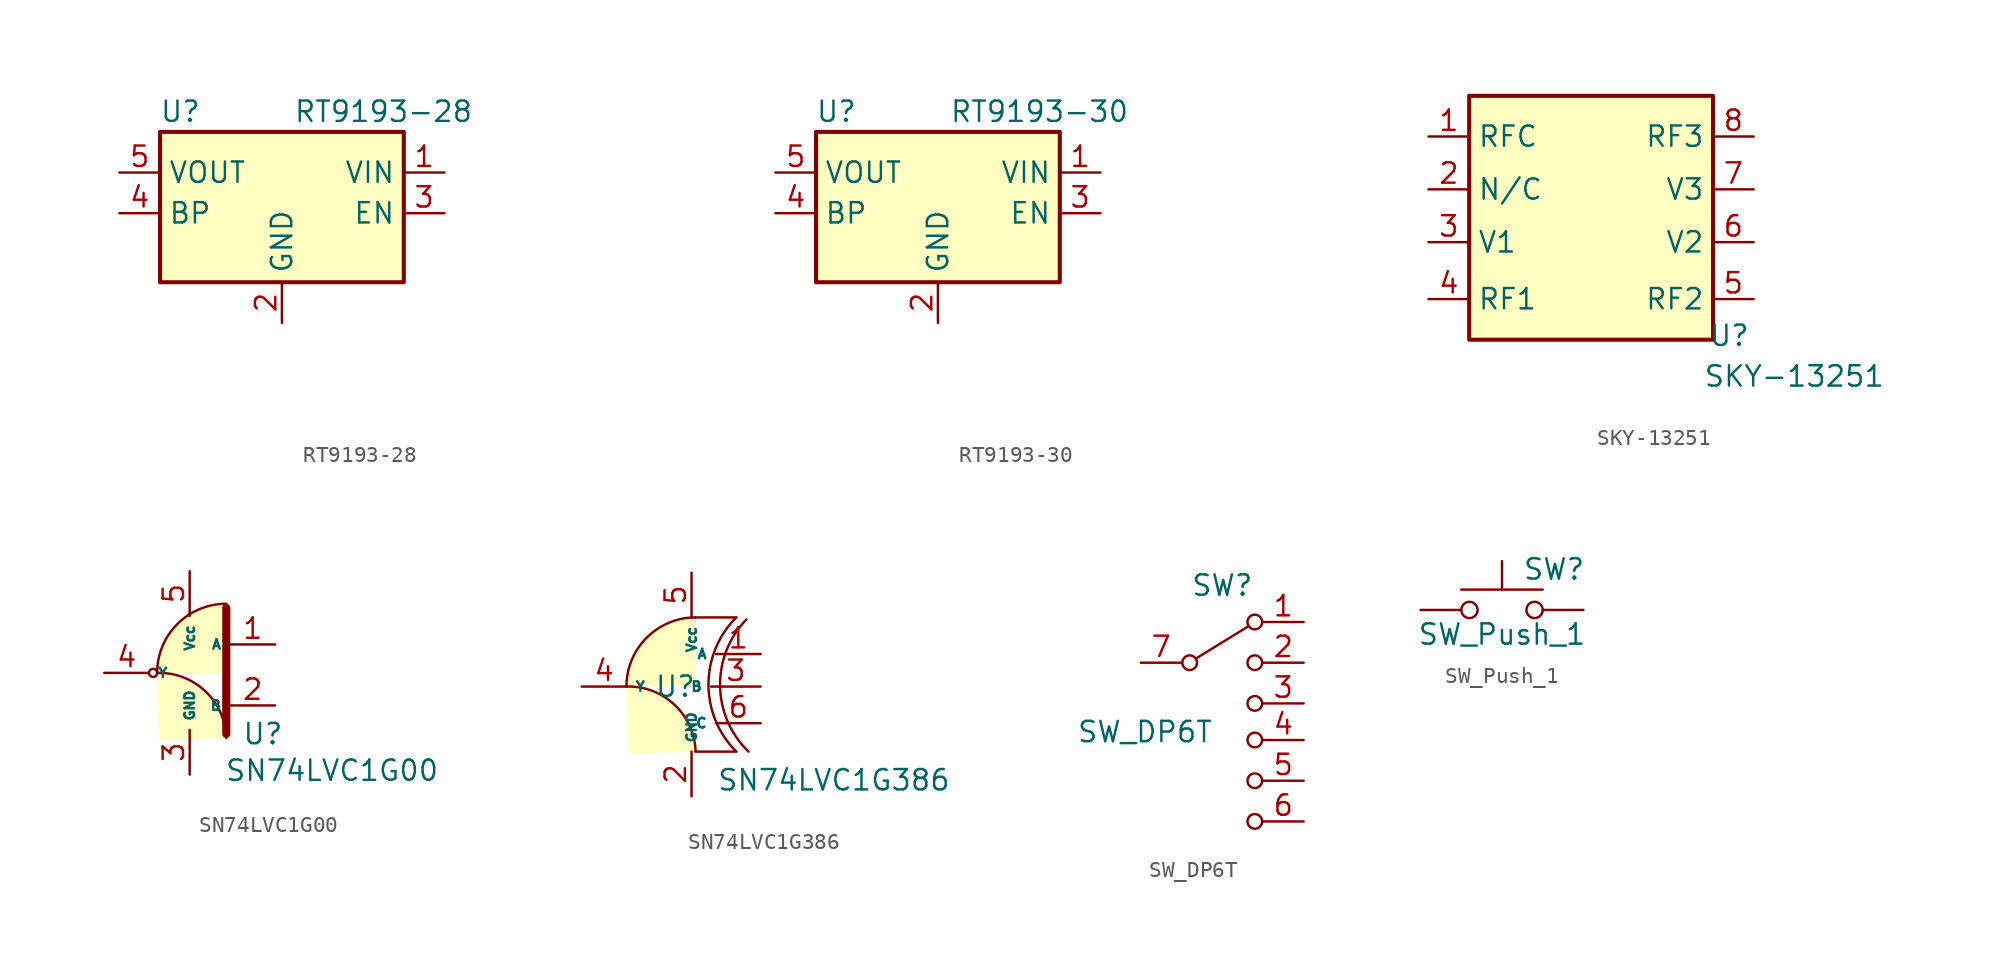
<source format=kicad_sym>
(kicad_symbol_lib
  (version 20211014)
  (generator kicad_symbol_editor)
  (symbol "RT9193-28"
    (property "Reference" "U"
      (at -6.35 6.35 0)
      (effects (font (size 1.27 1.27))))
    (property "Value" "RT9193-28"
      (at 6.35 6.35 0)
      (effects (font (size 1.27 1.27))))
    (property "Footprint" ""
      (at 20.066 -11.938 0)
      (effects (font (size 1.27 1.27))))
    (symbol "RT9193-28_1_1"
      (rectangle (start -7.62 5.08) (end 7.62 -4.318) (stroke (width 0.254) (type default) (color 0 0 0 0)) (fill (type background)))
      (pin power_in line (at 10.16 2.54 180) (length 2.54) (name "VIN" (effects (font (size 1.27 1.27)))) (number "1" (effects (font (size 1.27 1.27)))))
      (pin power_in line (at 0 -6.858 90) (length 2.54) (name "GND" (effects (font (size 1.27 1.27)))) (number "2" (effects (font (size 1.27 1.27)))))
      (pin passive line (at 10.16 0 180) (length 2.54) (name "EN" (effects (font (size 1.27 1.27)))) (number "3" (effects (font (size 1.27 1.27)))))
      (pin passive line (at -10.16 0 0) (length 2.54) (name "BP" (effects (font (size 1.27 1.27)))) (number "4" (effects (font (size 1.27 1.27)))))
      (pin power_out line (at -10.16 2.54 0) (length 2.54) (name "VOUT" (effects (font (size 1.27 1.27)))) (number "5" (effects (font (size 1.27 1.27)))))))
  (symbol "RT9193-30"
    (property "Reference" "U"
      (at -6.35 6.35 0)
      (effects (font (size 1.27 1.27))))
    (property "Value" "RT9193-30"
      (at 6.35 6.35 0)
      (effects (font (size 1.27 1.27))))
    (property "Footprint" ""
      (at 20.066 -11.938 0)
      (effects (font (size 1.27 1.27))))
    (symbol "RT9193-30_1_1"
      (rectangle (start -7.62 5.08) (end 7.62 -4.318) (stroke (width 0.254) (type default) (color 0 0 0 0)) (fill (type background)))
      (pin power_in line (at 10.16 2.54 180) (length 2.54) (name "VIN" (effects (font (size 1.27 1.27)))) (number "1" (effects (font (size 1.27 1.27)))))
      (pin power_in line (at 0 -6.858 90) (length 2.54) (name "GND" (effects (font (size 1.27 1.27)))) (number "2" (effects (font (size 1.27 1.27)))))
      (pin passive line (at 10.16 0 180) (length 2.54) (name "EN" (effects (font (size 1.27 1.27)))) (number "3" (effects (font (size 1.27 1.27)))))
      (pin passive line (at -10.16 0 0) (length 2.54) (name "BP" (effects (font (size 1.27 1.27)))) (number "4" (effects (font (size 1.27 1.27)))))
      (pin power_out line (at -10.16 2.54 0) (length 2.54) (name "VOUT" (effects (font (size 1.27 1.27)))) (number "5" (effects (font (size 1.27 1.27)))))))
  (symbol "SKY-13251"
    (property "Reference" "U"
      (at 8.89 -7.62 0)
      (effects (font (size 1.27 1.27))))
    (property "Value" "SKY-13251"
      (at 12.954 -10.16 0)
      (effects (font (size 1.27 1.27))))
    (symbol "SKY-13251_0_1"
      (rectangle (start -7.366 7.366) (end 7.874 -7.874) (stroke (width 0.254) (type default) (color 0 0 0 0)) (fill (type background))))
    (symbol "SKY-13251_1_1"
      (pin passive line (at -9.906 4.826 0) (length 2.54) (name "RFC" (effects (font (size 1.27 1.27)))) (number "1" (effects (font (size 1.27 1.27)))))
      (pin passive line (at -9.906 1.524 0) (length 2.54) (name "N/C" (effects (font (size 1.27 1.27)))) (number "2" (effects (font (size 1.27 1.27)))))
      (pin passive line (at -9.906 -1.778 0) (length 2.54) (name "V1" (effects (font (size 1.27 1.27)))) (number "3" (effects (font (size 1.27 1.27)))))
      (pin passive line (at -9.906 -5.334 0) (length 2.54) (name "RF1" (effects (font (size 1.27 1.27)))) (number "4" (effects (font (size 1.27 1.27)))))
      (pin passive line (at 10.414 -5.334 180) (length 2.54) (name "RF2" (effects (font (size 1.27 1.27)))) (number "5" (effects (font (size 1.27 1.27)))))
      (pin passive line (at 10.414 -1.778 180) (length 2.54) (name "V2" (effects (font (size 1.27 1.27)))) (number "6" (effects (font (size 1.27 1.27)))))
      (pin passive line (at 10.414 1.524 180) (length 2.54) (name "V3" (effects (font (size 1.27 1.27)))) (number "7" (effects (font (size 1.27 1.27)))))
      (pin passive line (at 10.414 4.826 180) (length 2.54) (name "RF3" (effects (font (size 1.27 1.27)))) (number "8" (effects (font (size 1.27 1.27)))))))
  (symbol "SN74LVC1G00"
    (property "Reference" "U"
      (at 3.556 -3.81 0)
      (effects (font (size 1.27 1.27))))
    (property "Value" "SN74LVC1G00"
      (at 7.874 -6.096 0)
      (effects (font (size 1.27 1.27))))
    (symbol "SN74LVC1G00_0_1"
      (circle (center -3.302 0) (radius 0.254) (stroke (width 0) (type default) (color 0 0 0 0)) (fill (type none)))
      (polyline (pts (xy 1.27 -3.81) (xy 1.27 -1.778) (xy 1.27 4.064)) (stroke (width 0.508) (type default) (color 0 0 0 0)) (fill (type none)))
      (arc (start 1.27 -4.064) (mid 4.0167 3.1803) (end -3.048 0) (stroke (width 0) (type default) (color 0 0 0 0)) (fill (type background)))
      (arc (start 1.27 4.318) (mid -1.7833 3.0533) (end -3.048 0) (stroke (width 0) (type default) (color 0 0 0 0)) (fill (type background))))
    (symbol "SN74LVC1G00_1_1"
      (pin input line (at 4.318 1.778 180) (length 2.794) (name "A" (effects (font (size 0.6 0.6)))) (number "1" (effects (font (size 1.27 1.27)))))
      (pin input line (at 4.318 -2.032 180) (length 2.794) (name "B" (effects (font (size 0.6 0.6)))) (number "2" (effects (font (size 1.27 1.27)))))
      (pin power_in line (at -1.016 -6.35 90) (length 2.794) (name "GND" (effects (font (size 0.6 0.6)))) (number "3" (effects (font (size 1.27 1.27)))))
      (pin output line (at -6.35 0 0) (length 2.794) (name "Y" (effects (font (size 0.6 0.6)))) (number "4" (effects (font (size 1.27 1.27)))))
      (pin passive line (at -1.016 6.35 270) (length 2.794) (name "Vcc" (effects (font (size 0.6 0.6)))) (number "5" (effects (font (size 1.27 1.27)))))))
  (symbol "SN74LVC1G386"
    (property "Reference" "U"
      (at -2.54 0 0)
      (effects (font (size 1.27 1.27))))
    (property "Value" "SN74LVC1G386"
      (at 7.366 -5.842 0)
      (effects (font (size 1.27 1.27))))
    (symbol "SN74LVC1G386_0_1"
      (arc (start -1.27 -4.064) (mid 1.4767 3.1803) (end -5.588 0) (stroke (width 0) (type default) (color 0 0 0 0)) (fill (type background)))
      (arc (start -1.27 4.318) (mid -4.3233 3.0533) (end -5.588 0) (stroke (width 0) (type default) (color 0 0 0 0)) (fill (type background)))
      (polyline (pts (xy -1.27 -4.064) (xy 1.27 -4.064)) (stroke (width 0) (type default) (color 0 0 0 0)) (fill (type background)))
      (polyline (pts (xy -1.27 4.318) (xy 1.27 4.318)) (stroke (width 0) (type default) (color 0 0 0 0)) (fill (type background)))
      (arc (start 1.27 4.318) (mid -0.466 0.127) (end 1.27 -4.064) (stroke (width 0) (type default) (color 0 0 0 0)) (fill (type none)))
      (arc (start 1.9051 4.191) (mid 0.259 0.0372) (end 2.032 -4.064) (stroke (width 0) (type default) (color 0 0 0 0)) (fill (type none))))
    (symbol "SN74LVC1G386_1_1"
      (pin input line (at 2.794 2.032 180) (length 2.794) (name "A" (effects (font (size 0.6 0.6)))) (number "1" (effects (font (size 1.27 1.27)))))
      (pin power_in line (at -1.524 -6.858 90) (length 2.794) (name "GND" (effects (font (size 0.6 0.6)))) (number "2" (effects (font (size 1.27 1.27)))))
      (pin input line (at 2.794 0 180) (length 3.1) (name "B" (effects (font (size 0.6 0.6)))) (number "3" (effects (font (size 1.27 1.27)))))
      (pin output line (at -8.382 0 0) (length 2.794) (name "Y" (effects (font (size 0.6 0.6)))) (number "4" (effects (font (size 1.27 1.27)))))
      (pin passive line (at -1.524 7.112 270) (length 2.794) (name "Vcc" (effects (font (size 0.6 0.6)))) (number "5" (effects (font (size 1.27 1.27)))))
      (pin input line (at 2.794 -2.286 180) (length 2.794) (name "C" (effects (font (size 0.6 0.6)))) (number "6" (effects (font (size 1.27 1.27)))))))
  (symbol "SW_DP6T"
    (property "Reference" "SW"
      (at -0.254 5.842 0)
      (effects (font (size 1.27 1.27))))
    (property "Value" "SW_DP6T"
      (at -5.08 -3.302 0)
      (effects (font (size 1.27 1.27))))
    (symbol "SW_DP6T_0_1"
      (circle (center -2.286 1.016) (radius 0.457) (stroke (width 0) (type default) (color 0 0 0 0)) (fill (type none)))
      (polyline (pts (xy -1.905 1.27) (xy 1.397 3.302)) (stroke (width 0) (type default) (color 0 0 0 0)) (fill (type none)))
      (circle (center 1.778 -8.89) (radius 0.457) (stroke (width 0) (type default) (color 0 0 0 0)) (fill (type none)))
      (circle (center 1.778 -6.35) (radius 0.457) (stroke (width 0) (type default) (color 0 0 0 0)) (fill (type none)))
      (circle (center 1.778 -3.81) (radius 0.457) (stroke (width 0) (type default) (color 0 0 0 0)) (fill (type none)))
      (circle (center 1.778 -1.524) (radius 0.457) (stroke (width 0) (type default) (color 0 0 0 0)) (fill (type none)))
      (circle (center 1.778 1.016) (radius 0.457) (stroke (width 0) (type default) (color 0 0 0 0)) (fill (type none)))
      (circle (center 1.778 3.556) (radius 0.457) (stroke (width 0) (type default) (color 0 0 0 0)) (fill (type none))))
    (symbol "SW_DP6T_1_1"
      (pin passive line (at 4.826 3.556 180) (length 2.54) (name "" (effects (font (size 1.27 1.27)))) (number "1" (effects (font (size 1.27 1.27)))))
      (pin passive line (at 4.826 1.016 180) (length 2.54) (name "" (effects (font (size 1.27 1.27)))) (number "2" (effects (font (size 1.27 1.27)))))
      (pin passive line (at 4.826 -1.524 180) (length 2.54) (name "" (effects (font (size 1.27 1.27)))) (number "3" (effects (font (size 1.27 1.27)))))
      (pin passive line (at 4.826 -3.81 180) (length 2.54) (name "" (effects (font (size 1.27 1.27)))) (number "4" (effects (font (size 1.27 1.27)))))
      (pin passive line (at 4.826 -6.35 180) (length 2.54) (name "" (effects (font (size 1.27 1.27)))) (number "5" (effects (font (size 1.27 1.27)))))
      (pin passive line (at 4.826 -8.89 180) (length 2.54) (name "" (effects (font (size 1.27 1.27)))) (number "6" (effects (font (size 1.27 1.27)))))
      (pin passive line (at -5.334 1.016 0) (length 2.54) (name "" (effects (font (size 1.27 1.27)))) (number "7" (effects (font (size 1.27 1.27)))))))
  (symbol "SW_Push_1"
    (pin_numbers hide)
    (pin_names
      (offset 1.016) hide)
    (property "Reference" "SW"
      (at 1.27 2.54 0)
      (effects (font (size 1.27 1.27)) (justify left)))
    (property "Value" "SW_Push_1"
      (at 0 -1.524 0)
      (effects (font (size 1.27 1.27))))
    (symbol "SW_Push_1_0_1"
      (circle (center -2.032 0) (radius 0.508) (stroke (width 0) (type default) (color 0 0 0 0)) (fill (type none)))
      (polyline (pts (xy 0 1.27) (xy 0 3.048)) (stroke (width 0) (type default) (color 0 0 0 0)) (fill (type none)))
      (polyline (pts (xy 2.54 1.27) (xy -2.54 1.27)) (stroke (width 0) (type default) (color 0 0 0 0)) (fill (type none)))
      (circle (center 2.032 0) (radius 0.508) (stroke (width 0) (type default) (color 0 0 0 0)) (fill (type none)))
      (pin passive line (at -5.08 0 0) (length 2.54) (name "1" (effects (font (size 1.27 1.27)))) (number "1" (effects (font (size 1.27 1.27)))))
      (pin passive line (at 5.08 0 180) (length 2.54) (name "2" (effects (font (size 1.27 1.27)))) (number "2" (effects (font (size 1.27 1.27))))))))
</source>
